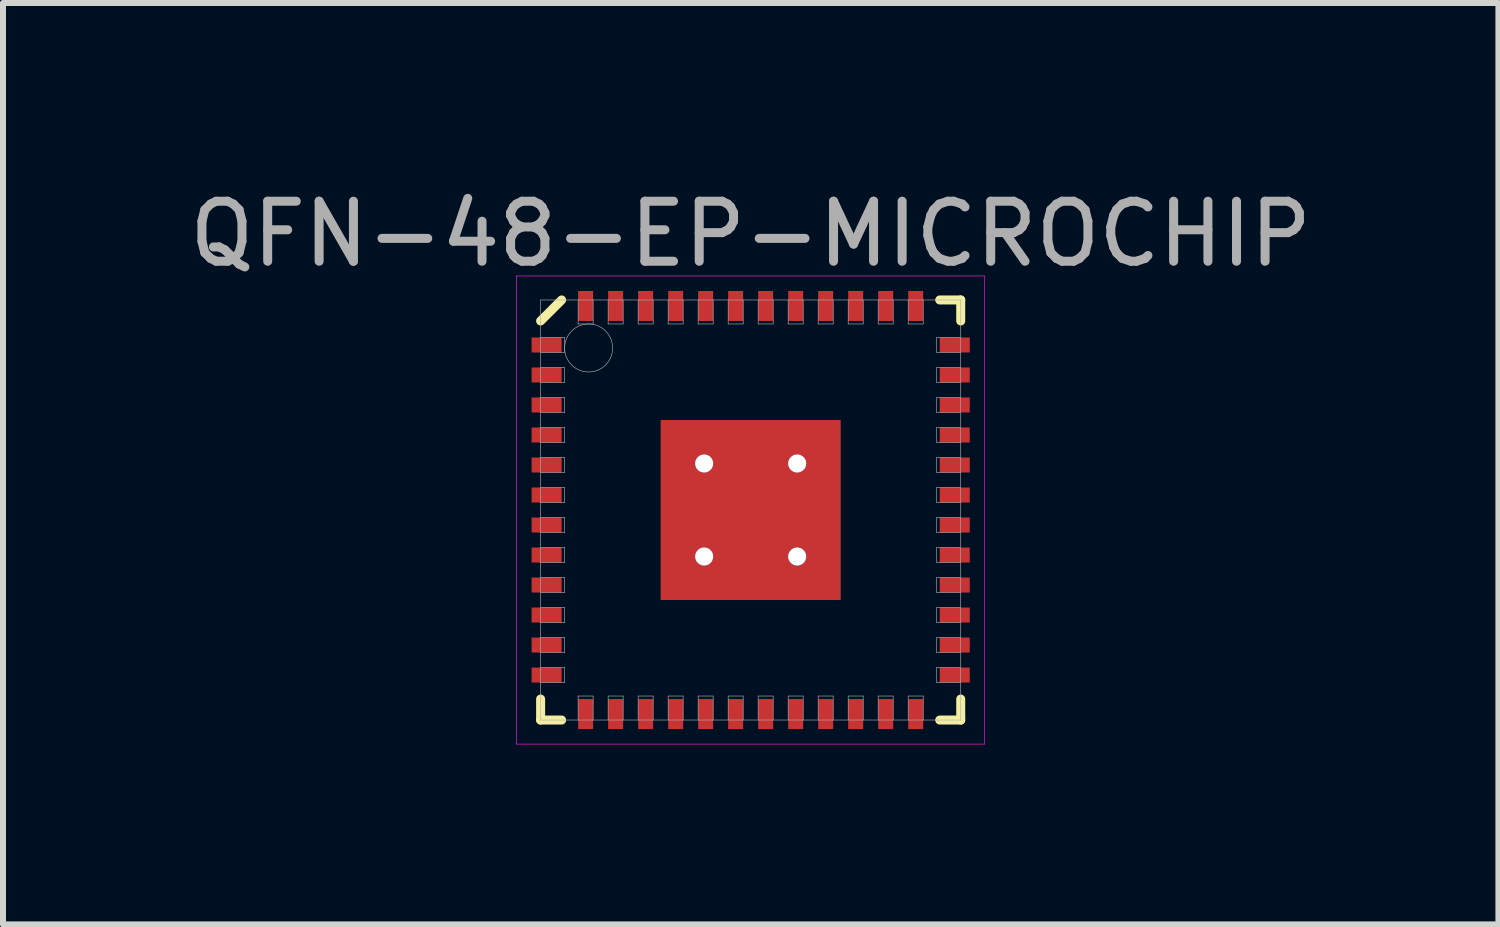
<source format=kicad_pcb>
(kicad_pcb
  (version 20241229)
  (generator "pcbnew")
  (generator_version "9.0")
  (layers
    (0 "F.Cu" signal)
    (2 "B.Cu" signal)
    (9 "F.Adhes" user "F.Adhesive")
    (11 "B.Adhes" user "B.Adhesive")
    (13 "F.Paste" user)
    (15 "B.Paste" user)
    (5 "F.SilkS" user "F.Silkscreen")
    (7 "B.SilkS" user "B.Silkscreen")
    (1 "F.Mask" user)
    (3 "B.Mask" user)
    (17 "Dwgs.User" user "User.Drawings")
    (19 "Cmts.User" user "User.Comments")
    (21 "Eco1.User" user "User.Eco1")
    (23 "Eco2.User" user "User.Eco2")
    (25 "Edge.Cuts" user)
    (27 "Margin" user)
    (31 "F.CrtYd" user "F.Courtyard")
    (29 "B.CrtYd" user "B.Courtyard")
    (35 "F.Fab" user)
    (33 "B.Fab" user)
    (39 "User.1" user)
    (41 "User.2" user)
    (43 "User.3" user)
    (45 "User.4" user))
  (footprint "QFN-48-EP-MICROCHIP"
    (layer "F.Cu")
    (at 9.458 5.448)
    (property "Reference" "QFN-48-EP-MICROCHIP" (at 0 -4.6 0) (layer "F.Fab") (effects (font (size 1 1) (thickness 0.15))))
    (attr through_hole)
    (fp_line (start -3.5 -3.15) (end -3.15 -3.5) (stroke (width 0.15) (type solid)) (layer "F.SilkS"))
    (fp_line (start -3.5 3.5) (end -3.5 3.15) (stroke (width 0.15) (type solid)) (layer "F.SilkS"))
    (fp_line (start -3.15 3.5) (end -3.5 3.5) (stroke (width 0.15) (type solid)) (layer "F.SilkS"))
    (fp_line (start 3.15 -3.5) (end 3.5 -3.5) (stroke (width 0.15) (type solid)) (layer "F.SilkS"))
    (fp_line (start 3.15 3.5) (end 3.5 3.5) (stroke (width 0.15) (type solid)) (layer "F.SilkS"))
    (fp_line (start 3.5 -3.5) (end 3.5 -3.15) (stroke (width 0.15) (type solid)) (layer "F.SilkS"))
    (fp_line (start 3.5 3.5) (end 3.5 3.15) (stroke (width 0.15) (type solid)) (layer "F.SilkS"))
    (fp_line (start -3.9 -3.9) (end 3.9 -3.9) (stroke (width 0.01) (type solid)) (layer "F.CrtYd"))
    (fp_line (start -3.9 3.9) (end -3.9 -3.9) (stroke (width 0.01) (type solid)) (layer "F.CrtYd"))
    (fp_line (start 3.9 -3.9) (end 3.9 3.9) (stroke (width 0.01) (type solid)) (layer "F.CrtYd"))
    (fp_line (start 3.9 3.9) (end -3.9 3.9) (stroke (width 0.01) (type solid)) (layer "F.CrtYd"))
    (fp_line (start -3.5 -3.5) (end 3.5 -3.5) (stroke (width 0.01) (type solid)) (layer "F.Fab"))
    (fp_line (start -3.5 -2.625) (end -3.1 -2.625) (stroke (width 0.01) (type solid)) (layer "F.Fab"))
    (fp_line (start -3.5 -2.125) (end -3.1 -2.125) (stroke (width 0.01) (type solid)) (layer "F.Fab"))
    (fp_line (start -3.5 -1.625) (end -3.1 -1.625) (stroke (width 0.01) (type solid)) (layer "F.Fab"))
    (fp_line (start -3.5 -1.125) (end -3.1 -1.125) (stroke (width 0.01) (type solid)) (layer "F.Fab"))
    (fp_line (start -3.5 -0.625) (end -3.1 -0.625) (stroke (width 0.01) (type solid)) (layer "F.Fab"))
    (fp_line (start -3.5 -0.125) (end -3.1 -0.125) (stroke (width 0.01) (type solid)) (layer "F.Fab"))
    (fp_line (start -3.5 0.375) (end -3.1 0.375) (stroke (width 0.01) (type solid)) (layer "F.Fab"))
    (fp_line (start -3.5 0.875) (end -3.1 0.875) (stroke (width 0.01) (type solid)) (layer "F.Fab"))
    (fp_line (start -3.5 1.375) (end -3.1 1.375) (stroke (width 0.01) (type solid)) (layer "F.Fab"))
    (fp_line (start -3.5 1.875) (end -3.1 1.875) (stroke (width 0.01) (type solid)) (layer "F.Fab"))
    (fp_line (start -3.5 2.375) (end -3.1 2.375) (stroke (width 0.01) (type solid)) (layer "F.Fab"))
    (fp_line (start -3.5 2.875) (end -3.1 2.875) (stroke (width 0.01) (type solid)) (layer "F.Fab"))
    (fp_line (start -3.5 3.5) (end -3.5 -3.5) (stroke (width 0.01) (type solid)) (layer "F.Fab"))
    (fp_line (start -3.1 -2.875) (end -3.5 -2.875) (stroke (width 0.01) (type solid)) (layer "F.Fab"))
    (fp_line (start -3.1 -2.625) (end -3.1 -2.875) (stroke (width 0.01) (type solid)) (layer "F.Fab"))
    (fp_line (start -3.1 -2.375) (end -3.5 -2.375) (stroke (width 0.01) (type solid)) (layer "F.Fab"))
    (fp_line (start -3.1 -2.125) (end -3.1 -2.375) (stroke (width 0.01) (type solid)) (layer "F.Fab"))
    (fp_line (start -3.1 -1.875) (end -3.5 -1.875) (stroke (width 0.01) (type solid)) (layer "F.Fab"))
    (fp_line (start -3.1 -1.625) (end -3.1 -1.875) (stroke (width 0.01) (type solid)) (layer "F.Fab"))
    (fp_line (start -3.1 -1.375) (end -3.5 -1.375) (stroke (width 0.01) (type solid)) (layer "F.Fab"))
    (fp_line (start -3.1 -1.125) (end -3.1 -1.375) (stroke (width 0.01) (type solid)) (layer "F.Fab"))
    (fp_line (start -3.1 -0.875) (end -3.5 -0.875) (stroke (width 0.01) (type solid)) (layer "F.Fab"))
    (fp_line (start -3.1 -0.625) (end -3.1 -0.875) (stroke (width 0.01) (type solid)) (layer "F.Fab"))
    (fp_line (start -3.1 -0.375) (end -3.5 -0.375) (stroke (width 0.01) (type solid)) (layer "F.Fab"))
    (fp_line (start -3.1 -0.125) (end -3.1 -0.375) (stroke (width 0.01) (type solid)) (layer "F.Fab"))
    (fp_line (start -3.1 0.125) (end -3.5 0.125) (stroke (width 0.01) (type solid)) (layer "F.Fab"))
    (fp_line (start -3.1 0.375) (end -3.1 0.125) (stroke (width 0.01) (type solid)) (layer "F.Fab"))
    (fp_line (start -3.1 0.625) (end -3.5 0.625) (stroke (width 0.01) (type solid)) (layer "F.Fab"))
    (fp_line (start -3.1 0.875) (end -3.1 0.625) (stroke (width 0.01) (type solid)) (layer "F.Fab"))
    (fp_line (start -3.1 1.125) (end -3.5 1.125) (stroke (width 0.01) (type solid)) (layer "F.Fab"))
    (fp_line (start -3.1 1.375) (end -3.1 1.125) (stroke (width 0.01) (type solid)) (layer "F.Fab"))
    (fp_line (start -3.1 1.625) (end -3.5 1.625) (stroke (width 0.01) (type solid)) (layer "F.Fab"))
    (fp_line (start -3.1 1.875) (end -3.1 1.625) (stroke (width 0.01) (type solid)) (layer "F.Fab"))
    (fp_line (start -3.1 2.125) (end -3.5 2.125) (stroke (width 0.01) (type solid)) (layer "F.Fab"))
    (fp_line (start -3.1 2.375) (end -3.1 2.125) (stroke (width 0.01) (type solid)) (layer "F.Fab"))
    (fp_line (start -3.1 2.625) (end -3.5 2.625) (stroke (width 0.01) (type solid)) (layer "F.Fab"))
    (fp_line (start -3.1 2.875) (end -3.1 2.625) (stroke (width 0.01) (type solid)) (layer "F.Fab"))
    (fp_line (start -2.875 -3.5) (end -2.875 -3.1) (stroke (width 0.01) (type solid)) (layer "F.Fab"))
    (fp_line (start -2.875 -3.1) (end -2.625 -3.1) (stroke (width 0.01) (type solid)) (layer "F.Fab"))
    (fp_line (start -2.875 3.1) (end -2.875 3.5) (stroke (width 0.01) (type solid)) (layer "F.Fab"))
    (fp_line (start -2.625 -3.1) (end -2.625 -3.5) (stroke (width 0.01) (type solid)) (layer "F.Fab"))
    (fp_line (start -2.625 3.1) (end -2.875 3.1) (stroke (width 0.01) (type solid)) (layer "F.Fab"))
    (fp_line (start -2.625 3.5) (end -2.625 3.1) (stroke (width 0.01) (type solid)) (layer "F.Fab"))
    (fp_line (start -2.375 -3.5) (end -2.375 -3.1) (stroke (width 0.01) (type solid)) (layer "F.Fab"))
    (fp_line (start -2.375 -3.1) (end -2.125 -3.1) (stroke (width 0.01) (type solid)) (layer "F.Fab"))
    (fp_line (start -2.375 3.1) (end -2.375 3.5) (stroke (width 0.01) (type solid)) (layer "F.Fab"))
    (fp_line (start -2.125 -3.1) (end -2.125 -3.5) (stroke (width 0.01) (type solid)) (layer "F.Fab"))
    (fp_line (start -2.125 3.1) (end -2.375 3.1) (stroke (width 0.01) (type solid)) (layer "F.Fab"))
    (fp_line (start -2.125 3.5) (end -2.125 3.1) (stroke (width 0.01) (type solid)) (layer "F.Fab"))
    (fp_line (start -1.875 -3.5) (end -1.875 -3.1) (stroke (width 0.01) (type solid)) (layer "F.Fab"))
    (fp_line (start -1.875 -3.1) (end -1.625 -3.1) (stroke (width 0.01) (type solid)) (layer "F.Fab"))
    (fp_line (start -1.875 3.1) (end -1.875 3.5) (stroke (width 0.01) (type solid)) (layer "F.Fab"))
    (fp_line (start -1.625 -3.1) (end -1.625 -3.5) (stroke (width 0.01) (type solid)) (layer "F.Fab"))
    (fp_line (start -1.625 3.1) (end -1.875 3.1) (stroke (width 0.01) (type solid)) (layer "F.Fab"))
    (fp_line (start -1.625 3.5) (end -1.625 3.1) (stroke (width 0.01) (type solid)) (layer "F.Fab"))
    (fp_line (start -1.375 -3.5) (end -1.375 -3.1) (stroke (width 0.01) (type solid)) (layer "F.Fab"))
    (fp_line (start -1.375 -3.1) (end -1.125 -3.1) (stroke (width 0.01) (type solid)) (layer "F.Fab"))
    (fp_line (start -1.375 3.1) (end -1.375 3.5) (stroke (width 0.01) (type solid)) (layer "F.Fab"))
    (fp_line (start -1.125 -3.1) (end -1.125 -3.5) (stroke (width 0.01) (type solid)) (layer "F.Fab"))
    (fp_line (start -1.125 3.1) (end -1.375 3.1) (stroke (width 0.01) (type solid)) (layer "F.Fab"))
    (fp_line (start -1.125 3.5) (end -1.125 3.1) (stroke (width 0.01) (type solid)) (layer "F.Fab"))
    (fp_line (start -0.875 -3.5) (end -0.875 -3.1) (stroke (width 0.01) (type solid)) (layer "F.Fab"))
    (fp_line (start -0.875 -3.1) (end -0.625 -3.1) (stroke (width 0.01) (type solid)) (layer "F.Fab"))
    (fp_line (start -0.875 3.1) (end -0.875 3.5) (stroke (width 0.01) (type solid)) (layer "F.Fab"))
    (fp_line (start -0.625 -3.1) (end -0.625 -3.5) (stroke (width 0.01) (type solid)) (layer "F.Fab"))
    (fp_line (start -0.625 3.1) (end -0.875 3.1) (stroke (width 0.01) (type solid)) (layer "F.Fab"))
    (fp_line (start -0.625 3.5) (end -0.625 3.1) (stroke (width 0.01) (type solid)) (layer "F.Fab"))
    (fp_line (start -0.375 -3.5) (end -0.375 -3.1) (stroke (width 0.01) (type solid)) (layer "F.Fab"))
    (fp_line (start -0.375 -3.1) (end -0.125 -3.1) (stroke (width 0.01) (type solid)) (layer "F.Fab"))
    (fp_line (start -0.375 3.1) (end -0.375 3.5) (stroke (width 0.01) (type solid)) (layer "F.Fab"))
    (fp_line (start -0.125 -3.1) (end -0.125 -3.5) (stroke (width 0.01) (type solid)) (layer "F.Fab"))
    (fp_line (start -0.125 3.1) (end -0.375 3.1) (stroke (width 0.01) (type solid)) (layer "F.Fab"))
    (fp_line (start -0.125 3.5) (end -0.125 3.1) (stroke (width 0.01) (type solid)) (layer "F.Fab"))
    (fp_line (start 0.125 -3.5) (end 0.125 -3.1) (stroke (width 0.01) (type solid)) (layer "F.Fab"))
    (fp_line (start 0.125 -3.1) (end 0.375 -3.1) (stroke (width 0.01) (type solid)) (layer "F.Fab"))
    (fp_line (start 0.125 3.1) (end 0.125 3.5) (stroke (width 0.01) (type solid)) (layer "F.Fab"))
    (fp_line (start 0.375 -3.1) (end 0.375 -3.5) (stroke (width 0.01) (type solid)) (layer "F.Fab"))
    (fp_line (start 0.375 3.1) (end 0.125 3.1) (stroke (width 0.01) (type solid)) (layer "F.Fab"))
    (fp_line (start 0.375 3.5) (end 0.375 3.1) (stroke (width 0.01) (type solid)) (layer "F.Fab"))
    (fp_line (start 0.625 -3.5) (end 0.625 -3.1) (stroke (width 0.01) (type solid)) (layer "F.Fab"))
    (fp_line (start 0.625 -3.1) (end 0.875 -3.1) (stroke (width 0.01) (type solid)) (layer "F.Fab"))
    (fp_line (start 0.625 3.1) (end 0.625 3.5) (stroke (width 0.01) (type solid)) (layer "F.Fab"))
    (fp_line (start 0.875 -3.1) (end 0.875 -3.5) (stroke (width 0.01) (type solid)) (layer "F.Fab"))
    (fp_line (start 0.875 3.1) (end 0.625 3.1) (stroke (width 0.01) (type solid)) (layer "F.Fab"))
    (fp_line (start 0.875 3.5) (end 0.875 3.1) (stroke (width 0.01) (type solid)) (layer "F.Fab"))
    (fp_line (start 1.125 -3.5) (end 1.125 -3.1) (stroke (width 0.01) (type solid)) (layer "F.Fab"))
    (fp_line (start 1.125 -3.1) (end 1.375 -3.1) (stroke (width 0.01) (type solid)) (layer "F.Fab"))
    (fp_line (start 1.125 3.1) (end 1.125 3.5) (stroke (width 0.01) (type solid)) (layer "F.Fab"))
    (fp_line (start 1.375 -3.1) (end 1.375 -3.5) (stroke (width 0.01) (type solid)) (layer "F.Fab"))
    (fp_line (start 1.375 3.1) (end 1.125 3.1) (stroke (width 0.01) (type solid)) (layer "F.Fab"))
    (fp_line (start 1.375 3.5) (end 1.375 3.1) (stroke (width 0.01) (type solid)) (layer "F.Fab"))
    (fp_line (start 1.625 -3.5) (end 1.625 -3.1) (stroke (width 0.01) (type solid)) (layer "F.Fab"))
    (fp_line (start 1.625 -3.1) (end 1.875 -3.1) (stroke (width 0.01) (type solid)) (layer "F.Fab"))
    (fp_line (start 1.625 3.1) (end 1.625 3.5) (stroke (width 0.01) (type solid)) (layer "F.Fab"))
    (fp_line (start 1.875 -3.1) (end 1.875 -3.5) (stroke (width 0.01) (type solid)) (layer "F.Fab"))
    (fp_line (start 1.875 3.1) (end 1.625 3.1) (stroke (width 0.01) (type solid)) (layer "F.Fab"))
    (fp_line (start 1.875 3.5) (end 1.875 3.1) (stroke (width 0.01) (type solid)) (layer "F.Fab"))
    (fp_line (start 2.125 -3.5) (end 2.125 -3.1) (stroke (width 0.01) (type solid)) (layer "F.Fab"))
    (fp_line (start 2.125 -3.1) (end 2.375 -3.1) (stroke (width 0.01) (type solid)) (layer "F.Fab"))
    (fp_line (start 2.125 3.1) (end 2.125 3.5) (stroke (width 0.01) (type solid)) (layer "F.Fab"))
    (fp_line (start 2.375 -3.1) (end 2.375 -3.5) (stroke (width 0.01) (type solid)) (layer "F.Fab"))
    (fp_line (start 2.375 3.1) (end 2.125 3.1) (stroke (width 0.01) (type solid)) (layer "F.Fab"))
    (fp_line (start 2.375 3.5) (end 2.375 3.1) (stroke (width 0.01) (type solid)) (layer "F.Fab"))
    (fp_line (start 2.625 -3.5) (end 2.625 -3.1) (stroke (width 0.01) (type solid)) (layer "F.Fab"))
    (fp_line (start 2.625 -3.1) (end 2.875 -3.1) (stroke (width 0.01) (type solid)) (layer "F.Fab"))
    (fp_line (start 2.625 3.1) (end 2.625 3.5) (stroke (width 0.01) (type solid)) (layer "F.Fab"))
    (fp_line (start 2.875 -3.1) (end 2.875 -3.5) (stroke (width 0.01) (type solid)) (layer "F.Fab"))
    (fp_line (start 2.875 3.1) (end 2.625 3.1) (stroke (width 0.01) (type solid)) (layer "F.Fab"))
    (fp_line (start 2.875 3.5) (end 2.875 3.1) (stroke (width 0.01) (type solid)) (layer "F.Fab"))
    (fp_line (start 3.1 -2.875) (end 3.1 -2.625) (stroke (width 0.01) (type solid)) (layer "F.Fab"))
    (fp_line (start 3.1 -2.625) (end 3.5 -2.625) (stroke (width 0.01) (type solid)) (layer "F.Fab"))
    (fp_line (start 3.1 -2.375) (end 3.1 -2.125) (stroke (width 0.01) (type solid)) (layer "F.Fab"))
    (fp_line (start 3.1 -2.125) (end 3.5 -2.125) (stroke (width 0.01) (type solid)) (layer "F.Fab"))
    (fp_line (start 3.1 -1.875) (end 3.1 -1.625) (stroke (width 0.01) (type solid)) (layer "F.Fab"))
    (fp_line (start 3.1 -1.625) (end 3.5 -1.625) (stroke (width 0.01) (type solid)) (layer "F.Fab"))
    (fp_line (start 3.1 -1.375) (end 3.1 -1.125) (stroke (width 0.01) (type solid)) (layer "F.Fab"))
    (fp_line (start 3.1 -1.125) (end 3.5 -1.125) (stroke (width 0.01) (type solid)) (layer "F.Fab"))
    (fp_line (start 3.1 -0.875) (end 3.1 -0.625) (stroke (width 0.01) (type solid)) (layer "F.Fab"))
    (fp_line (start 3.1 -0.625) (end 3.5 -0.625) (stroke (width 0.01) (type solid)) (layer "F.Fab"))
    (fp_line (start 3.1 -0.375) (end 3.1 -0.125) (stroke (width 0.01) (type solid)) (layer "F.Fab"))
    (fp_line (start 3.1 -0.125) (end 3.5 -0.125) (stroke (width 0.01) (type solid)) (layer "F.Fab"))
    (fp_line (start 3.1 0.125) (end 3.1 0.375) (stroke (width 0.01) (type solid)) (layer "F.Fab"))
    (fp_line (start 3.1 0.375) (end 3.5 0.375) (stroke (width 0.01) (type solid)) (layer "F.Fab"))
    (fp_line (start 3.1 0.625) (end 3.1 0.875) (stroke (width 0.01) (type solid)) (layer "F.Fab"))
    (fp_line (start 3.1 0.875) (end 3.5 0.875) (stroke (width 0.01) (type solid)) (layer "F.Fab"))
    (fp_line (start 3.1 1.125) (end 3.1 1.375) (stroke (width 0.01) (type solid)) (layer "F.Fab"))
    (fp_line (start 3.1 1.375) (end 3.5 1.375) (stroke (width 0.01) (type solid)) (layer "F.Fab"))
    (fp_line (start 3.1 1.625) (end 3.1 1.875) (stroke (width 0.01) (type solid)) (layer "F.Fab"))
    (fp_line (start 3.1 1.875) (end 3.5 1.875) (stroke (width 0.01) (type solid)) (layer "F.Fab"))
    (fp_line (start 3.1 2.125) (end 3.1 2.375) (stroke (width 0.01) (type solid)) (layer "F.Fab"))
    (fp_line (start 3.1 2.375) (end 3.5 2.375) (stroke (width 0.01) (type solid)) (layer "F.Fab"))
    (fp_line (start 3.1 2.625) (end 3.1 2.875) (stroke (width 0.01) (type solid)) (layer "F.Fab"))
    (fp_line (start 3.1 2.875) (end 3.5 2.875) (stroke (width 0.01) (type solid)) (layer "F.Fab"))
    (fp_line (start 3.5 -3.5) (end 3.5 3.5) (stroke (width 0.01) (type solid)) (layer "F.Fab"))
    (fp_line (start 3.5 -2.875) (end 3.1 -2.875) (stroke (width 0.01) (type solid)) (layer "F.Fab"))
    (fp_line (start 3.5 -2.375) (end 3.1 -2.375) (stroke (width 0.01) (type solid)) (layer "F.Fab"))
    (fp_line (start 3.5 -1.875) (end 3.1 -1.875) (stroke (width 0.01) (type solid)) (layer "F.Fab"))
    (fp_line (start 3.5 -1.375) (end 3.1 -1.375) (stroke (width 0.01) (type solid)) (layer "F.Fab"))
    (fp_line (start 3.5 -0.875) (end 3.1 -0.875) (stroke (width 0.01) (type solid)) (layer "F.Fab"))
    (fp_line (start 3.5 -0.375) (end 3.1 -0.375) (stroke (width 0.01) (type solid)) (layer "F.Fab"))
    (fp_line (start 3.5 0.125) (end 3.1 0.125) (stroke (width 0.01) (type solid)) (layer "F.Fab"))
    (fp_line (start 3.5 0.625) (end 3.1 0.625) (stroke (width 0.01) (type solid)) (layer "F.Fab"))
    (fp_line (start 3.5 1.125) (end 3.1 1.125) (stroke (width 0.01) (type solid)) (layer "F.Fab"))
    (fp_line (start 3.5 1.625) (end 3.1 1.625) (stroke (width 0.01) (type solid)) (layer "F.Fab"))
    (fp_line (start 3.5 2.125) (end 3.1 2.125) (stroke (width 0.01) (type solid)) (layer "F.Fab"))
    (fp_line (start 3.5 2.625) (end 3.1 2.625) (stroke (width 0.01) (type solid)) (layer "F.Fab"))
    (fp_line (start 3.5 3.5) (end -3.5 3.5) (stroke (width 0.01) (type solid)) (layer "F.Fab"))
    (fp_circle (center -2.7 -2.7) (end -2.7 -2.3) (stroke (width 0.01) (type solid)) (fill no) (layer "F.Fab"))
    (pad "" smd rect (at -0.625 -0.625) (size 1 1) (layers "F.Paste"))
    (pad "" smd rect (at -0.625 0.625) (size 1 1) (layers "F.Paste"))
    (pad "" smd rect (at 0.625 -0.625) (size 1 1) (layers "F.Paste"))
    (pad "" smd rect (at 0.625 0.625) (size 1 1) (layers "F.Paste"))
    (pad "1" smd rect (at -3.4 -2.75) (size 0.5 0.25) (layers "F.Cu" "F.Mask" "F.Paste"))
    (pad "2" smd rect (at -3.4 -2.25) (size 0.5 0.25) (layers "F.Cu" "F.Mask" "F.Paste"))
    (pad "3" smd rect (at -3.4 -1.75) (size 0.5 0.25) (layers "F.Cu" "F.Mask" "F.Paste"))
    (pad "4" smd rect (at -3.4 -1.25) (size 0.5 0.25) (layers "F.Cu" "F.Mask" "F.Paste"))
    (pad "5" smd rect (at -3.4 -0.75) (size 0.5 0.25) (layers "F.Cu" "F.Mask" "F.Paste"))
    (pad "6" smd rect (at -3.4 -0.25) (size 0.5 0.25) (layers "F.Cu" "F.Mask" "F.Paste"))
    (pad "7" smd rect (at -3.4 0.25) (size 0.5 0.25) (layers "F.Cu" "F.Mask" "F.Paste"))
    (pad "8" smd rect (at -3.4 0.75) (size 0.5 0.25) (layers "F.Cu" "F.Mask" "F.Paste"))
    (pad "9" smd rect (at -3.4 1.25) (size 0.5 0.25) (layers "F.Cu" "F.Mask" "F.Paste"))
    (pad "10" smd rect (at -3.4 1.75) (size 0.5 0.25) (layers "F.Cu" "F.Mask" "F.Paste"))
    (pad "11" smd rect (at -3.4 2.25) (size 0.5 0.25) (layers "F.Cu" "F.Mask" "F.Paste"))
    (pad "12" smd rect (at -3.4 2.75) (size 0.5 0.25) (layers "F.Cu" "F.Mask" "F.Paste"))
    (pad "13" smd rect (at -2.75 3.4) (size 0.25 0.5) (layers "F.Cu" "F.Mask" "F.Paste"))
    (pad "14" smd rect (at -2.25 3.4) (size 0.25 0.5) (layers "F.Cu" "F.Mask" "F.Paste"))
    (pad "15" smd rect (at -1.75 3.4) (size 0.25 0.5) (layers "F.Cu" "F.Mask" "F.Paste"))
    (pad "16" smd rect (at -1.25 3.4) (size 0.25 0.5) (layers "F.Cu" "F.Mask" "F.Paste"))
    (pad "17" smd rect (at -0.75 3.4) (size 0.25 0.5) (layers "F.Cu" "F.Mask" "F.Paste"))
    (pad "18" smd rect (at -0.25 3.4) (size 0.25 0.5) (layers "F.Cu" "F.Mask" "F.Paste"))
    (pad "19" smd rect (at 0.25 3.4) (size 0.25 0.5) (layers "F.Cu" "F.Mask" "F.Paste"))
    (pad "20" smd rect (at 0.75 3.4) (size 0.25 0.5) (layers "F.Cu" "F.Mask" "F.Paste"))
    (pad "21" smd rect (at 1.25 3.4) (size 0.25 0.5) (layers "F.Cu" "F.Mask" "F.Paste"))
    (pad "22" smd rect (at 1.75 3.4) (size 0.25 0.5) (layers "F.Cu" "F.Mask" "F.Paste"))
    (pad "23" smd rect (at 2.25 3.4) (size 0.25 0.5) (layers "F.Cu" "F.Mask" "F.Paste"))
    (pad "24" smd rect (at 2.75 3.4) (size 0.25 0.5) (layers "F.Cu" "F.Mask" "F.Paste"))
    (pad "25" smd rect (at 3.4 2.75) (size 0.5 0.25) (layers "F.Cu" "F.Mask" "F.Paste"))
    (pad "26" smd rect (at 3.4 2.25) (size 0.5 0.25) (layers "F.Cu" "F.Mask" "F.Paste"))
    (pad "27" smd rect (at 3.4 1.75) (size 0.5 0.25) (layers "F.Cu" "F.Mask" "F.Paste"))
    (pad "28" smd rect (at 3.4 1.25) (size 0.5 0.25) (layers "F.Cu" "F.Mask" "F.Paste"))
    (pad "29" smd rect (at 3.4 0.75) (size 0.5 0.25) (layers "F.Cu" "F.Mask" "F.Paste"))
    (pad "30" smd rect (at 3.4 0.25) (size 0.5 0.25) (layers "F.Cu" "F.Mask" "F.Paste"))
    (pad "31" smd rect (at 3.4 -0.25) (size 0.5 0.25) (layers "F.Cu" "F.Mask" "F.Paste"))
    (pad "32" smd rect (at 3.4 -0.75) (size 0.5 0.25) (layers "F.Cu" "F.Mask" "F.Paste"))
    (pad "33" smd rect (at 3.4 -1.25) (size 0.5 0.25) (layers "F.Cu" "F.Mask" "F.Paste"))
    (pad "34" smd rect (at 3.4 -1.75) (size 0.5 0.25) (layers "F.Cu" "F.Mask" "F.Paste"))
    (pad "35" smd rect (at 3.4 -2.25) (size 0.5 0.25) (layers "F.Cu" "F.Mask" "F.Paste"))
    (pad "36" smd rect (at 3.4 -2.75) (size 0.5 0.25) (layers "F.Cu" "F.Mask" "F.Paste"))
    (pad "37" smd rect (at 2.75 -3.4) (size 0.25 0.5) (layers "F.Cu" "F.Mask" "F.Paste"))
    (pad "38" smd rect (at 2.25 -3.4) (size 0.25 0.5) (layers "F.Cu" "F.Mask" "F.Paste"))
    (pad "39" smd rect (at 1.75 -3.4) (size 0.25 0.5) (layers "F.Cu" "F.Mask" "F.Paste"))
    (pad "40" smd rect (at 1.25 -3.4) (size 0.25 0.5) (layers "F.Cu" "F.Mask" "F.Paste"))
    (pad "41" smd rect (at 0.75 -3.4) (size 0.25 0.5) (layers "F.Cu" "F.Mask" "F.Paste"))
    (pad "42" smd rect (at 0.25 -3.4) (size 0.25 0.5) (layers "F.Cu" "F.Mask" "F.Paste"))
    (pad "43" smd rect (at -0.25 -3.4) (size 0.25 0.5) (layers "F.Cu" "F.Mask" "F.Paste"))
    (pad "44" smd rect (at -0.75 -3.4) (size 0.25 0.5) (layers "F.Cu" "F.Mask" "F.Paste"))
    (pad "45" smd rect (at -1.25 -3.4) (size 0.25 0.5) (layers "F.Cu" "F.Mask" "F.Paste"))
    (pad "46" smd rect (at -1.75 -3.4) (size 0.25 0.5) (layers "F.Cu" "F.Mask" "F.Paste"))
    (pad "47" smd rect (at -2.25 -3.4) (size 0.25 0.5) (layers "F.Cu" "F.Mask" "F.Paste"))
    (pad "48" smd rect (at -2.75 -3.4) (size 0.25 0.5) (layers "F.Cu" "F.Mask" "F.Paste"))
    (pad "EP" thru_hole circle (at -0.775 -0.775) (size 0.3 0.3) (drill 0.3) (layers "*.Cu"))
    (pad "EP" thru_hole circle (at -0.775 0.775) (size 0.3 0.3) (drill 0.3) (layers "*.Cu"))
    (pad "EP" smd rect (at 0 0) (size 3 3) (layers "F.Cu" "F.Mask"))
    (pad "EP" thru_hole circle (at 0.775 -0.775) (size 0.3 0.3) (drill 0.3) (layers "*.Cu"))
    (pad "EP" thru_hole circle (at 0.775 0.775) (size 0.3 0.3) (drill 0.3) (layers "*.Cu")))
  (gr_rect
    (start -3 -3)
    (end 21.917 12.353)
    (stroke (width 0.1) (type default))
    (fill no)
    (layer "Edge.Cuts")))
</source>
